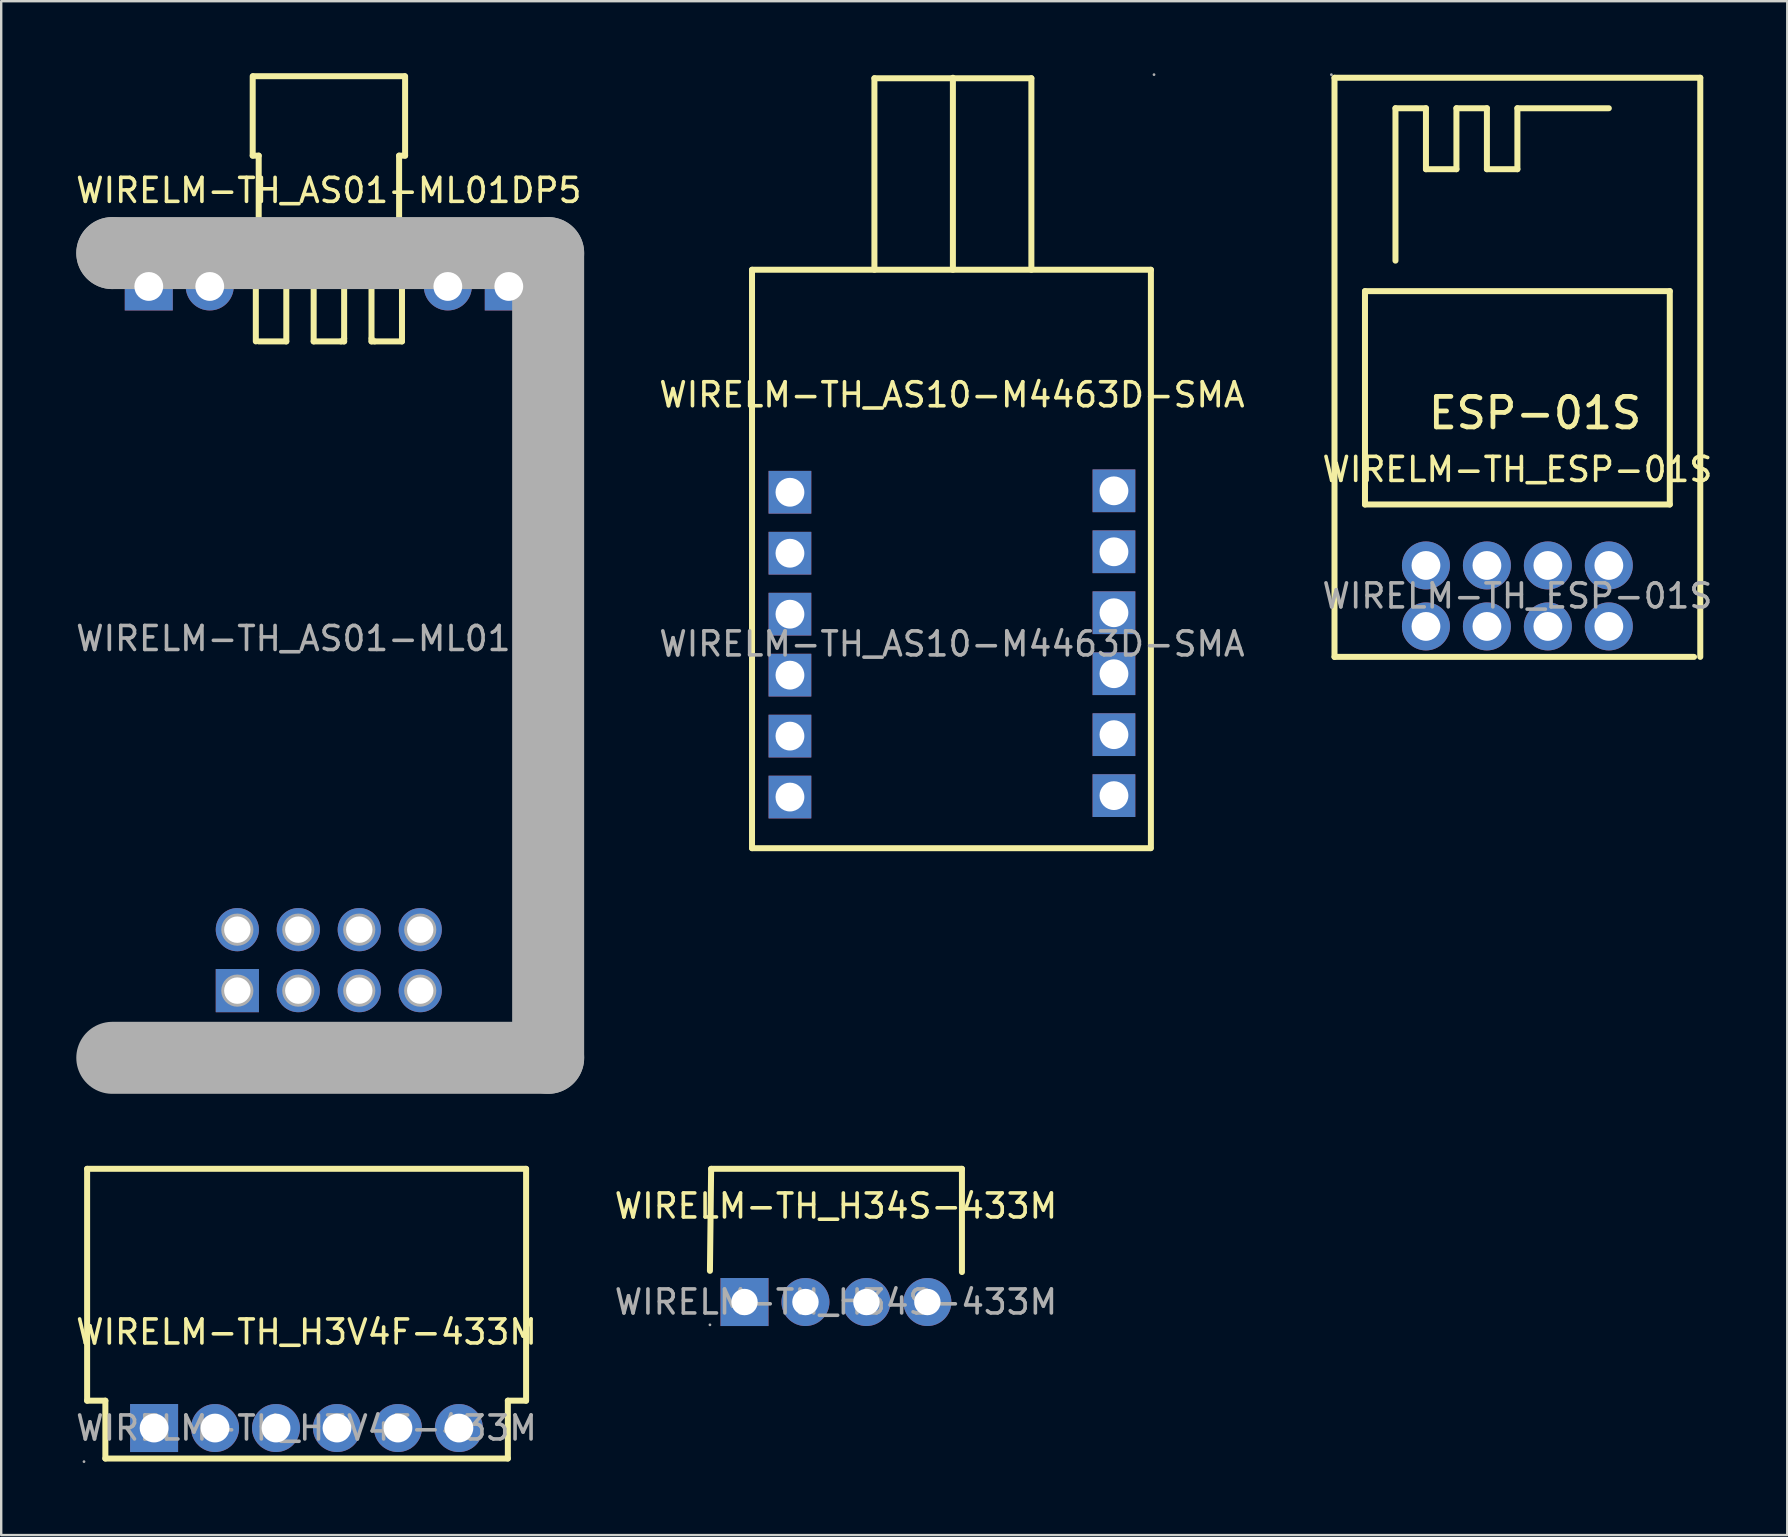
<source format=kicad_pcb>
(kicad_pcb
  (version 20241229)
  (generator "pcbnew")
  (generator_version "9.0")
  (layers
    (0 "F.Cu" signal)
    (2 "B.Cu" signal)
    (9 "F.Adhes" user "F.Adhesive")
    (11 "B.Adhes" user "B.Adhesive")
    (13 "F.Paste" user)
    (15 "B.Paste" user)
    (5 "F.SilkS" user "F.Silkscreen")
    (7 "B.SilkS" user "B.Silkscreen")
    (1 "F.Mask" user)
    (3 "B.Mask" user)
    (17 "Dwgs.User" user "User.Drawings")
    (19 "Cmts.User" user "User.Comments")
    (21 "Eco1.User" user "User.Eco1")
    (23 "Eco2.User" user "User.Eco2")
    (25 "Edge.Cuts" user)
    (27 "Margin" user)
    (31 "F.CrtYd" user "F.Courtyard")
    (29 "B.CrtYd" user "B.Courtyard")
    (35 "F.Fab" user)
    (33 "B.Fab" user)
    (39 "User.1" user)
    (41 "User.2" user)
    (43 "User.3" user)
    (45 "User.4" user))
  (footprint "WIRELM-TH_H34S-433M"
    (layer "F.Cu")
    (at 31.78 51.2)
    (property "Reference" "WIRELM-TH_H34S-433M" (at 0 -4 0) (layer "F.SilkS") (effects (font (size 1 1) (thickness 0.15))))
    (attr through_hole)
    (fp_line (start -5.2 -5.55) (end -5.25 -1.3) (stroke (width 0.25) (type solid)) (layer "F.SilkS"))
    (fp_line (start -5.2 -5.55) (end 5.25 -5.55) (stroke (width 0.25) (type solid)) (layer "F.SilkS"))
    (fp_line (start 5.25 -5.55) (end 5.25 -1.25) (stroke (width 0.25) (type solid)) (layer "F.SilkS"))
    (fp_circle (center -5.25 0.95) (end -5.22 0.95) (stroke (width 0.06) (type solid)) (fill no) (layer "F.Fab"))
    (fp_circle (center -3.81 0) (end -3.58 0) (stroke (width 0.45) (type solid)) (fill no) (layer "F.Fab"))
    (fp_circle (center -1.27 0) (end -1.04 0) (stroke (width 0.45) (type solid)) (fill no) (layer "F.Fab"))
    (fp_circle (center 1.27 0) (end 1.5 0) (stroke (width 0.45) (type solid)) (fill no) (layer "F.Fab"))
    (fp_circle (center 3.81 0) (end 4.04 0) (stroke (width 0.45) (type solid)) (fill no) (layer "F.Fab"))
    (fp_text user "${REFERENCE}" (at 0 0 0) (layer "F.Fab") (effects (font (size 1 1) (thickness 0.15))))
    (pad "1" thru_hole rect (at -3.81 0) (size 2 2) (drill 1.1) (layers "*.Cu" "*.Paste" "*.Mask"))
    (pad "2" thru_hole circle (at -1.27 0) (size 2 2) (drill 1.1) (layers "*.Cu" "*.Paste" "*.Mask"))
    (pad "3" thru_hole circle (at 1.27 0) (size 2 2) (drill 1.1) (layers "*.Cu" "*.Paste" "*.Mask"))
    (pad "4" thru_hole circle (at 3.81 0) (size 2 2) (drill 1.1) (layers "*.Cu" "*.Paste" "*.Mask")))
  (footprint "WIRELM-TH_ESP-01S"
    (layer "F.Cu")
    (at 60.173 21.78)
    (property "Reference" "WIRELM-TH_ESP-01S" (at 0 -5.27 0) (layer "F.SilkS") (effects (font (size 1 1) (thickness 0.15))))
    (attr through_hole)
    (fp_line (start -7.62 -21.59) (end -7.62 2.54) (stroke (width 0.25) (type solid)) (layer "F.SilkS"))
    (fp_line (start -7.62 2.54) (end 7.36 2.54) (stroke (width 0.25) (type solid)) (layer "F.SilkS"))
    (fp_line (start -6.35 -12.7) (end 6.35 -12.7) (stroke (width 0.25) (type solid)) (layer "F.SilkS"))
    (fp_line (start -6.35 -3.81) (end -6.35 -12.7) (stroke (width 0.25) (type solid)) (layer "F.SilkS"))
    (fp_line (start -5.08 -20.32) (end -3.81 -20.32) (stroke (width 0.25) (type solid)) (layer "F.SilkS"))
    (fp_line (start -5.08 -13.97) (end -5.08 -20.32) (stroke (width 0.25) (type solid)) (layer "F.SilkS"))
    (fp_line (start -3.81 -20.32) (end -3.81 -17.78) (stroke (width 0.25) (type solid)) (layer "F.SilkS"))
    (fp_line (start -3.81 -17.78) (end -2.54 -17.78) (stroke (width 0.25) (type solid)) (layer "F.SilkS"))
    (fp_line (start -2.54 -20.32) (end -1.27 -20.32) (stroke (width 0.25) (type solid)) (layer "F.SilkS"))
    (fp_line (start -2.54 -17.78) (end -2.54 -20.32) (stroke (width 0.25) (type solid)) (layer "F.SilkS"))
    (fp_line (start -1.27 -20.32) (end -1.27 -17.78) (stroke (width 0.25) (type solid)) (layer "F.SilkS"))
    (fp_line (start -1.27 -17.78) (end 0 -17.78) (stroke (width 0.25) (type solid)) (layer "F.SilkS"))
    (fp_line (start 0 -20.32) (end 3.81 -20.32) (stroke (width 0.25) (type solid)) (layer "F.SilkS"))
    (fp_line (start 0 -17.78) (end 0 -20.32) (stroke (width 0.25) (type solid)) (layer "F.SilkS"))
    (fp_line (start 6.35 -12.7) (end 6.35 -3.81) (stroke (width 0.25) (type solid)) (layer "F.SilkS"))
    (fp_line (start 6.35 -3.81) (end -6.35 -3.81) (stroke (width 0.25) (type solid)) (layer "F.SilkS"))
    (fp_line (start 7.62 -21.59) (end -7.62 -21.59) (stroke (width 0.25) (type solid)) (layer "F.SilkS"))
    (fp_line (start 7.62 2.54) (end 7.62 -21.59) (stroke (width 0.25) (type solid)) (layer "F.SilkS"))
    (fp_circle (center -7.75 -21.72) (end -7.72 -21.72) (stroke (width 0.06) (type solid)) (fill no) (layer "F.Fab"))
    (fp_circle (center -3.81 -1.27) (end -3.56 -1.27) (stroke (width 0.5) (type solid)) (fill no) (layer "F.Fab"))
    (fp_circle (center -3.81 1.27) (end -3.56 1.27) (stroke (width 0.5) (type solid)) (fill no) (layer "F.Fab"))
    (fp_circle (center -1.27 -1.27) (end -1.02 -1.27) (stroke (width 0.5) (type solid)) (fill no) (layer "F.Fab"))
    (fp_circle (center -1.27 1.27) (end -1.02 1.27) (stroke (width 0.5) (type solid)) (fill no) (layer "F.Fab"))
    (fp_circle (center 1.27 -1.27) (end 1.52 -1.27) (stroke (width 0.5) (type solid)) (fill no) (layer "F.Fab"))
    (fp_circle (center 1.27 1.27) (end 1.52 1.27) (stroke (width 0.5) (type solid)) (fill no) (layer "F.Fab"))
    (fp_circle (center 3.81 -1.27) (end 4.06 -1.27) (stroke (width 0.5) (type solid)) (fill no) (layer "F.Fab"))
    (fp_circle (center 3.81 1.27) (end 4.06 1.27) (stroke (width 0.5) (type solid)) (fill no) (layer "F.Fab"))
    (fp_text user "ESP-01S" (at -3.81 -7.62 0) (layer "F.SilkS") (effects (font (size 1.27 1.27) (thickness 0.2)) (justify left)))
    (fp_text user "${REFERENCE}" (at 0 0 0) (layer "F.Fab") (effects (font (size 1 1) (thickness 0.15))))
    (pad "1" thru_hole circle (at -3.81 -1.27) (size 2 2) (drill 1.2) (layers "*.Cu" "*.Paste" "*.Mask"))
    (pad "2" thru_hole circle (at -1.27 -1.27) (size 2 2) (drill 1.2) (layers "*.Cu" "*.Paste" "*.Mask"))
    (pad "3" thru_hole circle (at 1.27 -1.27) (size 2 2) (drill 1.2) (layers "*.Cu" "*.Paste" "*.Mask"))
    (pad "4" thru_hole circle (at 3.81 -1.27) (size 2 2) (drill 1.2) (layers "*.Cu" "*.Paste" "*.Mask"))
    (pad "5" thru_hole circle (at 3.81 1.27) (size 2 2) (drill 1.2) (layers "*.Cu" "*.Paste" "*.Mask"))
    (pad "6" thru_hole circle (at 1.27 1.27) (size 2 2) (drill 1.2) (layers "*.Cu" "*.Paste" "*.Mask"))
    (pad "7" thru_hole circle (at -1.27 1.27) (size 2 2) (drill 1.2) (layers "*.Cu" "*.Paste" "*.Mask"))
    (pad "8" thru_hole circle (at -3.81 1.27) (size 2 2) (drill 1.2) (layers "*.Cu" "*.Paste" "*.Mask")))
  (footprint "WIRELM-TH_H3V4F-433M"
    (layer "F.Cu")
    (at 9.72 56.45)
    (property "Reference" "WIRELM-TH_H3V4F-433M" (at 0 -4 0) (layer "F.SilkS") (effects (font (size 1 1) (thickness 0.15))))
    (attr through_hole)
    (fp_line (start -9.14 -10.8) (end -9.14 -1.14) (stroke (width 0.25) (type solid)) (layer "F.SilkS"))
    (fp_line (start -9.14 -1.14) (end -8.38 -1.14) (stroke (width 0.25) (type solid)) (layer "F.SilkS"))
    (fp_line (start -8.38 -1.14) (end -8.38 1.27) (stroke (width 0.25) (type solid)) (layer "F.SilkS"))
    (fp_line (start -8.38 1.27) (end 8.39 1.27) (stroke (width 0.25) (type solid)) (layer "F.SilkS"))
    (fp_line (start 8.39 -1.14) (end 9.15 -1.14) (stroke (width 0.25) (type solid)) (layer "F.SilkS"))
    (fp_line (start 8.39 1.27) (end 8.39 -1.14) (stroke (width 0.25) (type solid)) (layer "F.SilkS"))
    (fp_line (start 9.15 -10.8) (end -9.14 -10.8) (stroke (width 0.25) (type solid)) (layer "F.SilkS"))
    (fp_line (start 9.15 -1.14) (end 9.15 -10.8) (stroke (width 0.25) (type solid)) (layer "F.SilkS"))
    (fp_circle (center -9.27 1.4) (end -9.24 1.4) (stroke (width 0.06) (type solid)) (fill no) (layer "F.Fab"))
    (fp_circle (center -6.35 0) (end -6.1 0) (stroke (width 0.5) (type solid)) (fill no) (layer "F.Fab"))
    (fp_circle (center -3.81 0) (end -3.56 0) (stroke (width 0.5) (type solid)) (fill no) (layer "F.Fab"))
    (fp_circle (center -1.27 0) (end -1.02 0) (stroke (width 0.5) (type solid)) (fill no) (layer "F.Fab"))
    (fp_circle (center 1.27 0) (end 1.52 0) (stroke (width 0.5) (type solid)) (fill no) (layer "F.Fab"))
    (fp_circle (center 3.81 0) (end 4.06 0) (stroke (width 0.5) (type solid)) (fill no) (layer "F.Fab"))
    (fp_circle (center 6.35 0) (end 6.6 0) (stroke (width 0.5) (type solid)) (fill no) (layer "F.Fab"))
    (fp_text user "${REFERENCE}" (at 0 0 0) (layer "F.Fab") (effects (font (size 1 1) (thickness 0.15))))
    (pad "1" thru_hole rect (at -6.35 0) (size 2 2) (drill 1.2) (layers "*.Cu" "*.Paste" "*.Mask"))
    (pad "2" thru_hole circle (at -3.81 0) (size 2 2) (drill 1.2) (layers "*.Cu" "*.Paste" "*.Mask"))
    (pad "3" thru_hole circle (at -1.27 0) (size 2 2) (drill 1.2) (layers "*.Cu" "*.Paste" "*.Mask"))
    (pad "4" thru_hole circle (at 1.27 0) (size 2 2) (drill 1.2) (layers "*.Cu" "*.Paste" "*.Mask"))
    (pad "5" thru_hole circle (at 3.81 0) (size 2 2) (drill 1.2) (layers "*.Cu" "*.Paste" "*.Mask"))
    (pad "6" thru_hole circle (at 6.35 0) (size 2 2) (drill 1.2) (layers "*.Cu" "*.Paste" "*.Mask")))
  (footprint "WIRELM-TH_AS01-ML01DP5"
    (layer "F.Cu")
    (at 10.649 23.555)
    (property "Reference" "WIRELM-TH_AS01-ML01DP5" (at 0 -18.67 0) (layer "F.SilkS") (effects (font (size 1 1) (thickness 0.15))))
    (attr through_hole)
    (fp_line (start -3.17 -20.12) (end -3.17 -23.43) (stroke (width 0.25) (type solid)) (layer "F.SilkS"))
    (fp_line (start -3.04 -17.2) (end 3.05 -17.2) (stroke (width 0.25) (type solid)) (layer "F.SilkS"))
    (fp_line (start -3.04 -12.38) (end -3.04 -17.2) (stroke (width 0.25) (type solid)) (layer "F.SilkS"))
    (fp_line (start -2.92 -20.12) (end -3.17 -20.12) (stroke (width 0.25) (type solid)) (layer "F.SilkS"))
    (fp_line (start -2.92 -17.2) (end -2.92 -20.12) (stroke (width 0.25) (type solid)) (layer "F.SilkS"))
    (fp_line (start -1.77 -16.06) (end -1.77 -12.38) (stroke (width 0.25) (type solid)) (layer "F.SilkS"))
    (fp_line (start -1.77 -12.38) (end -2.92 -12.38) (stroke (width 0.25) (type solid)) (layer "F.SilkS"))
    (fp_line (start -0.63 -16.06) (end -1.77 -16.06) (stroke (width 0.25) (type solid)) (layer "F.SilkS"))
    (fp_line (start -0.63 -12.38) (end -0.63 -16.06) (stroke (width 0.25) (type solid)) (layer "F.SilkS"))
    (fp_line (start 0.51 -12.38) (end -0.63 -12.38) (stroke (width 0.25) (type solid)) (layer "F.SilkS"))
    (fp_line (start 0.64 -15.93) (end 0.64 -12.5) (stroke (width 0.25) (type solid)) (layer "F.SilkS"))
    (fp_line (start 0.64 -12.5) (end 0.64 -12.38) (stroke (width 0.25) (type solid)) (layer "F.SilkS"))
    (fp_line (start 0.64 -12.38) (end 0.51 -12.38) (stroke (width 0.25) (type solid)) (layer "F.SilkS"))
    (fp_line (start 0.77 -16.06) (end 0.64 -15.93) (stroke (width 0.25) (type solid)) (layer "F.SilkS"))
    (fp_line (start 1.78 -16.06) (end 0.77 -16.06) (stroke (width 0.25) (type solid)) (layer "F.SilkS"))
    (fp_line (start 1.78 -12.5) (end 1.78 -16.06) (stroke (width 0.25) (type solid)) (layer "F.SilkS"))
    (fp_line (start 1.78 -12.38) (end 1.78 -12.5) (stroke (width 0.25) (type solid)) (layer "F.SilkS"))
    (fp_line (start 1.91 -12.38) (end 1.78 -12.38) (stroke (width 0.25) (type solid)) (layer "F.SilkS"))
    (fp_line (start 2.93 -20.12) (end 3.18 -20.12) (stroke (width 0.25) (type solid)) (layer "F.SilkS"))
    (fp_line (start 2.93 -17.2) (end 2.93 -20.12) (stroke (width 0.25) (type solid)) (layer "F.SilkS"))
    (fp_line (start 3.05 -17.2) (end 3.05 -12.38) (stroke (width 0.25) (type solid)) (layer "F.SilkS"))
    (fp_line (start 3.05 -12.38) (end 1.91 -12.38) (stroke (width 0.25) (type solid)) (layer "F.SilkS"))
    (fp_line (start 3.15 -23.43) (end -3.15 -23.43) (stroke (width 0.25) (type solid)) (layer "F.SilkS"))
    (fp_line (start 3.18 -20.12) (end 3.18 -23.43) (stroke (width 0.25) (type solid)) (layer "F.SilkS"))
    (fp_line (start -9.02 -16.06) (end -9.02 -16.06) (stroke (width 3) (type solid)) (layer "F.Fab"))
    (fp_line (start -9.02 -16.06) (end 9.14 -16.06) (stroke (width 3) (type solid)) (layer "F.Fab"))
    (fp_line (start 9.14 -16.06) (end 9.14 17.47) (stroke (width 3) (type solid)) (layer "F.Fab"))
    (fp_line (start 9.14 17.47) (end -9.02 17.47) (stroke (width 3) (type solid)) (layer "F.Fab"))
    (fp_circle (center -9.14 17.6) (end -9.11 17.6) (stroke (width 0.06) (type solid)) (fill no) (layer "F.Fab"))
    (fp_circle (center -7.5 -14.67) (end -7.25 -14.67) (stroke (width 0.5) (type solid)) (fill no) (layer "F.Fab"))
    (fp_circle (center -4.96 -14.67) (end -4.71 -14.67) (stroke (width 0.5) (type solid)) (fill no) (layer "F.Fab"))
    (fp_circle (center -3.81 12.13) (end -3.59 12.13) (stroke (width 0.45) (type solid)) (fill no) (layer "F.Fab"))
    (fp_circle (center -3.81 14.67) (end -3.59 14.67) (stroke (width 0.45) (type solid)) (fill no) (layer "F.Fab"))
    (fp_circle (center -1.27 12.13) (end -1.05 12.13) (stroke (width 0.45) (type solid)) (fill no) (layer "F.Fab"))
    (fp_circle (center -1.27 14.67) (end -1.05 14.67) (stroke (width 0.45) (type solid)) (fill no) (layer "F.Fab"))
    (fp_circle (center 1.27 12.13) (end 1.49 12.13) (stroke (width 0.45) (type solid)) (fill no) (layer "F.Fab"))
    (fp_circle (center 1.27 14.67) (end 1.49 14.67) (stroke (width 0.45) (type solid)) (fill no) (layer "F.Fab"))
    (fp_circle (center 3.81 12.13) (end 4.03 12.13) (stroke (width 0.45) (type solid)) (fill no) (layer "F.Fab"))
    (fp_circle (center 3.81 14.67) (end 4.03 14.67) (stroke (width 0.45) (type solid)) (fill no) (layer "F.Fab"))
    (fp_circle (center 4.96 -14.67) (end 5.21 -14.67) (stroke (width 0.5) (type solid)) (fill no) (layer "F.Fab"))
    (fp_circle (center 7.5 -14.67) (end 7.75 -14.67) (stroke (width 0.5) (type solid)) (fill no) (layer "F.Fab"))
    (fp_text user "${REFERENCE}" (at 0 0 0) (layer "F.Fab") (effects (font (size 1 1) (thickness 0.15))))
    (pad "1" thru_hole rect (at -3.81 14.67 90) (size 1.8 1.8) (drill 1.1) (layers "*.Cu" "*.Paste" "*.Mask"))
    (pad "2" thru_hole circle (at -3.81 12.13 90) (size 1.8 1.8) (drill 1.1) (layers "*.Cu" "*.Paste" "*.Mask"))
    (pad "3" thru_hole circle (at -1.27 14.67 90) (size 1.8 1.8) (drill 1.1) (layers "*.Cu" "*.Paste" "*.Mask"))
    (pad "4" thru_hole circle (at -1.27 12.13 90) (size 1.8 1.8) (drill 1.1) (layers "*.Cu" "*.Paste" "*.Mask"))
    (pad "5" thru_hole circle (at 1.27 14.67 90) (size 1.8 1.8) (drill 1.1) (layers "*.Cu" "*.Paste" "*.Mask"))
    (pad "6" thru_hole circle (at 1.27 12.13 90) (size 1.8 1.8) (drill 1.1) (layers "*.Cu" "*.Paste" "*.Mask"))
    (pad "7" thru_hole circle (at 3.81 14.67 90) (size 1.8 1.8) (drill 1.1) (layers "*.Cu" "*.Paste" "*.Mask"))
    (pad "8" thru_hole circle (at 3.81 12.13 90) (size 1.8 1.8) (drill 1.1) (layers "*.Cu" "*.Paste" "*.Mask"))
    (pad "9" thru_hole rect (at -7.5 -14.67 90) (size 2 2) (drill 1.2) (layers "*.Cu" "*.Paste" "*.Mask"))
    (pad "10" thru_hole circle (at -4.96 -14.67 90) (size 2 2) (drill 1.2) (layers "*.Cu" "*.Paste" "*.Mask"))
    (pad "11" thru_hole circle (at 4.96 -14.67 90) (size 2 2) (drill 1.2) (layers "*.Cu" "*.Paste" "*.Mask"))
    (pad "12" thru_hole rect (at 7.5 -14.67 90) (size 2 2) (drill 1.2) (layers "*.Cu" "*.Paste" "*.Mask")))
  (footprint "WIRELM-TH_AS10-M4463D-SMA"
    (layer "F.Cu")
    (at 36.613 23.78)
    (property "Reference" "WIRELM-TH_AS10-M4463D-SMA" (at 0 -10.38 0) (layer "F.SilkS") (effects (font (size 1 1) (thickness 0.15))))
    (attr through_hole)
    (fp_line (start -8.33 -15.59) (end 8.29 -15.59) (stroke (width 0.25) (type solid)) (layer "F.SilkS"))
    (fp_line (start -8.33 8.51) (end -8.33 -15.59) (stroke (width 0.25) (type solid)) (layer "F.SilkS"))
    (fp_line (start -3.23 -23.57) (end -3.23 -15.59) (stroke (width 0.25) (type solid)) (layer "F.SilkS"))
    (fp_line (start -3.23 -23.57) (end 3.31 -23.57) (stroke (width 0.25) (type solid)) (layer "F.SilkS"))
    (fp_line (start 0.04 -15.59) (end 0.04 -23.59) (stroke (width 0.25) (type solid)) (layer "F.SilkS"))
    (fp_line (start 3.31 -23.57) (end 3.31 -15.59) (stroke (width 0.25) (type solid)) (layer "F.SilkS"))
    (fp_line (start 8.27 8.51) (end -8.33 8.51) (stroke (width 0.25) (type solid)) (layer "F.SilkS"))
    (fp_line (start 8.29 -15.59) (end 8.29 8.51) (stroke (width 0.25) (type solid)) (layer "F.SilkS"))
    (fp_circle (center -6.75 -6.32) (end -6.5 -6.32) (stroke (width 0.5) (type solid)) (fill no) (layer "F.Fab"))
    (fp_circle (center -6.75 -3.78) (end -6.5 -3.78) (stroke (width 0.5) (type solid)) (fill no) (layer "F.Fab"))
    (fp_circle (center -6.75 -1.24) (end -6.5 -1.24) (stroke (width 0.5) (type solid)) (fill no) (layer "F.Fab"))
    (fp_circle (center -6.75 1.3) (end -6.5 1.3) (stroke (width 0.5) (type solid)) (fill no) (layer "F.Fab"))
    (fp_circle (center -6.75 3.84) (end -6.5 3.84) (stroke (width 0.5) (type solid)) (fill no) (layer "F.Fab"))
    (fp_circle (center -6.75 6.38) (end -6.5 6.38) (stroke (width 0.5) (type solid)) (fill no) (layer "F.Fab"))
    (fp_circle (center 6.75 -6.38) (end 7 -6.38) (stroke (width 0.5) (type solid)) (fill no) (layer "F.Fab"))
    (fp_circle (center 6.75 -3.84) (end 7 -3.84) (stroke (width 0.5) (type solid)) (fill no) (layer "F.Fab"))
    (fp_circle (center 6.75 -1.3) (end 7 -1.3) (stroke (width 0.5) (type solid)) (fill no) (layer "F.Fab"))
    (fp_circle (center 6.75 1.24) (end 7 1.24) (stroke (width 0.5) (type solid)) (fill no) (layer "F.Fab"))
    (fp_circle (center 6.75 3.78) (end 7 3.78) (stroke (width 0.5) (type solid)) (fill no) (layer "F.Fab"))
    (fp_circle (center 6.75 6.32) (end 7 6.32) (stroke (width 0.5) (type solid)) (fill no) (layer "F.Fab"))
    (fp_circle (center 8.42 -23.72) (end 8.45 -23.72) (stroke (width 0.06) (type solid)) (fill no) (layer "F.Fab"))
    (fp_text user "${REFERENCE}" (at 0 0 0) (layer "F.Fab") (effects (font (size 1 1) (thickness 0.15))))
    (pad "1" thru_hole rect (at 6.75 -6.38 270) (size 1.78 1.78) (drill 1.2) (layers "*.Cu" "*.Paste" "*.Mask"))
    (pad "2" thru_hole rect (at 6.75 -3.84 270) (size 1.78 1.78) (drill 1.2) (layers "*.Cu" "*.Paste" "*.Mask"))
    (pad "3" thru_hole rect (at 6.75 -1.3 270) (size 1.78 1.78) (drill 1.2) (layers "*.Cu" "*.Paste" "*.Mask"))
    (pad "4" thru_hole rect (at 6.75 1.24 270) (size 1.78 1.78) (drill 1.2) (layers "*.Cu" "*.Paste" "*.Mask"))
    (pad "5" thru_hole rect (at 6.75 3.78 270) (size 1.78 1.78) (drill 1.2) (layers "*.Cu" "*.Paste" "*.Mask"))
    (pad "6" thru_hole rect (at 6.75 6.32 270) (size 1.78 1.78) (drill 1.2) (layers "*.Cu" "*.Paste" "*.Mask"))
    (pad "7" thru_hole rect (at -6.75 6.38 90) (size 1.78 1.78) (drill 1.2) (layers "*.Cu" "*.Paste" "*.Mask"))
    (pad "8" thru_hole rect (at -6.75 3.84 90) (size 1.78 1.78) (drill 1.2) (layers "*.Cu" "*.Paste" "*.Mask"))
    (pad "9" thru_hole rect (at -6.75 1.3 90) (size 1.78 1.78) (drill 1.2) (layers "*.Cu" "*.Paste" "*.Mask"))
    (pad "10" thru_hole rect (at -6.75 -1.24 90) (size 1.78 1.78) (drill 1.2) (layers "*.Cu" "*.Paste" "*.Mask"))
    (pad "11" thru_hole rect (at -6.75 -3.78 90) (size 1.78 1.78) (drill 1.2) (layers "*.Cu" "*.Paste" "*.Mask"))
    (pad "12" thru_hole rect (at -6.75 -6.32 90) (size 1.78 1.78) (drill 1.2) (layers "*.Cu" "*.Paste" "*.Mask")))
  (gr_rect
    (start -3 -3)
    (end 71.417 60.91)
    (stroke (width 0.1) (type default))
    (fill no)
    (layer "Edge.Cuts")))
</source>
